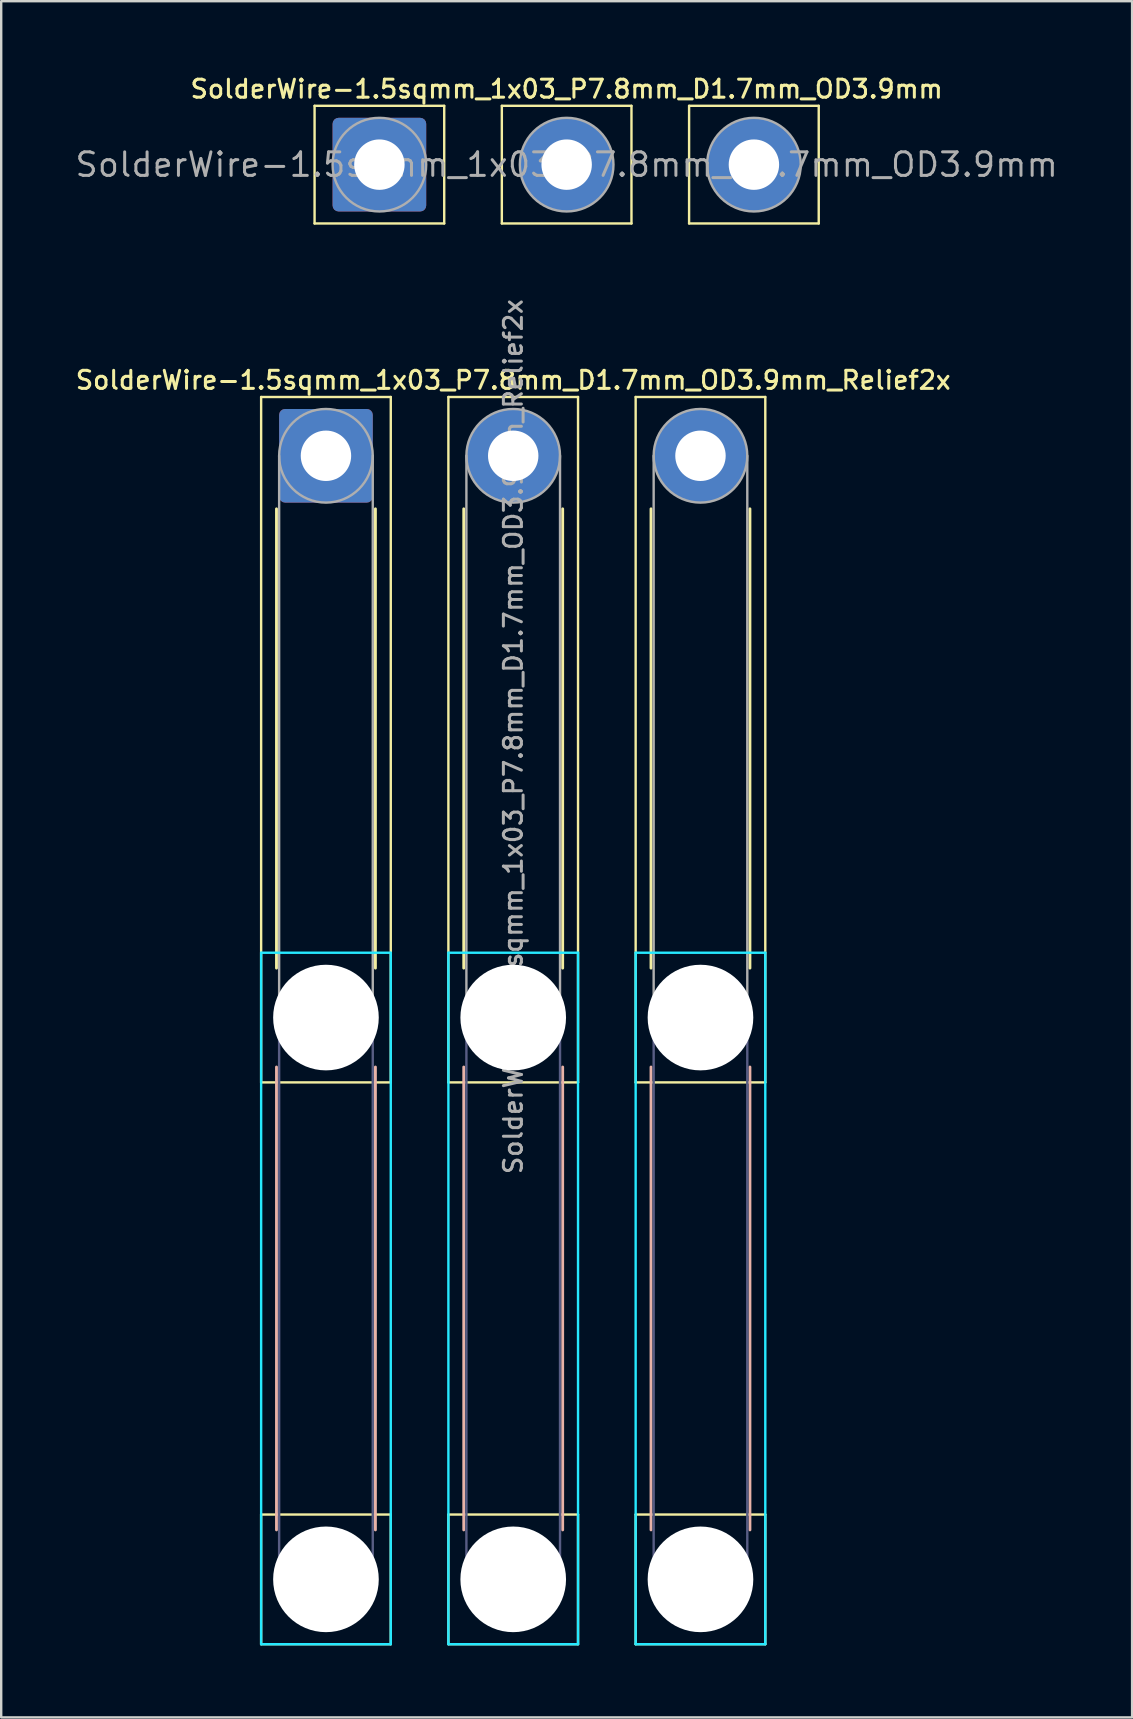
<source format=kicad_pcb>
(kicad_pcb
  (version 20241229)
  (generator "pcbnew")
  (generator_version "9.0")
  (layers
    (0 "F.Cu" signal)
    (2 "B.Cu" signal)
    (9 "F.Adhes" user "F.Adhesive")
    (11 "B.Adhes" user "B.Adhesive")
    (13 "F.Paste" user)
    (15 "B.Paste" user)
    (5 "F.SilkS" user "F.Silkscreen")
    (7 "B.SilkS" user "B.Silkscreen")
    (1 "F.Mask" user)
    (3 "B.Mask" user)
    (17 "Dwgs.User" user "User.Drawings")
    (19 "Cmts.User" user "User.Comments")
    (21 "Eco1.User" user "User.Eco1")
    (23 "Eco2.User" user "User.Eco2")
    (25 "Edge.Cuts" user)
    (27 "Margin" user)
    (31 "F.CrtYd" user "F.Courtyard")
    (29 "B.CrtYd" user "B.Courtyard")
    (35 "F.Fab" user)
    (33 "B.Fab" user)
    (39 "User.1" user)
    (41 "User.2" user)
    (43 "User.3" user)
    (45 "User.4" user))
  (footprint "SolderWire-1.5sqmm_1x03_P7.8mm_D1.7mm_OD3.9mm_Relief2x"
    (layer "F.Cu")
    (at 10.527 15.935)
    (property "Reference" "SolderWire-1.5sqmm_1x03_P7.8mm_D1.7mm_OD3.9mm_Relief2x" (at 7.8 -3.15 0) (layer "F.SilkS") (effects (font (size 0.75 0.75) (thickness 0.125))))
    (attr exclude_from_pos_files exclude_from_bom)
    (fp_line (start -2.7 -2.45) (end -2.7 26.1) (stroke (width 0.1) (type solid)) (layer "F.SilkS"))
    (fp_line (start -2.7 26.1) (end 2.7 26.1) (stroke (width 0.1) (type solid)) (layer "F.SilkS"))
    (fp_line (start -2.7 44.1) (end -2.7 49.5) (stroke (width 0.1) (type solid)) (layer "F.SilkS"))
    (fp_line (start -2.7 49.5) (end 2.7 49.5) (stroke (width 0.1) (type solid)) (layer "F.SilkS"))
    (fp_line (start -2.06 2.21) (end -2.06 21.34) (stroke (width 0.12) (type solid)) (layer "F.SilkS"))
    (fp_line (start 2.06 2.21) (end 2.06 21.34) (stroke (width 0.12) (type solid)) (layer "F.SilkS"))
    (fp_line (start 2.7 -2.45) (end -2.7 -2.45) (stroke (width 0.1) (type solid)) (layer "F.SilkS"))
    (fp_line (start 2.7 26.1) (end 2.7 -2.45) (stroke (width 0.1) (type solid)) (layer "F.SilkS"))
    (fp_line (start 2.7 44.1) (end -2.7 44.1) (stroke (width 0.1) (type solid)) (layer "F.SilkS"))
    (fp_line (start 2.7 49.5) (end 2.7 44.1) (stroke (width 0.1) (type solid)) (layer "F.SilkS"))
    (fp_line (start 5.1 -2.45) (end 5.1 26.1) (stroke (width 0.1) (type solid)) (layer "F.SilkS"))
    (fp_line (start 5.1 26.1) (end 10.5 26.1) (stroke (width 0.1) (type solid)) (layer "F.SilkS"))
    (fp_line (start 5.1 44.1) (end 5.1 49.5) (stroke (width 0.1) (type solid)) (layer "F.SilkS"))
    (fp_line (start 5.1 49.5) (end 10.5 49.5) (stroke (width 0.1) (type solid)) (layer "F.SilkS"))
    (fp_line (start 5.74 2.21) (end 5.74 21.34) (stroke (width 0.12) (type solid)) (layer "F.SilkS"))
    (fp_line (start 9.86 2.21) (end 9.86 21.34) (stroke (width 0.12) (type solid)) (layer "F.SilkS"))
    (fp_line (start 10.5 -2.45) (end 5.1 -2.45) (stroke (width 0.1) (type solid)) (layer "F.SilkS"))
    (fp_line (start 10.5 26.1) (end 10.5 -2.45) (stroke (width 0.1) (type solid)) (layer "F.SilkS"))
    (fp_line (start 10.5 44.1) (end 5.1 44.1) (stroke (width 0.1) (type solid)) (layer "F.SilkS"))
    (fp_line (start 10.5 49.5) (end 10.5 44.1) (stroke (width 0.1) (type solid)) (layer "F.SilkS"))
    (fp_line (start 12.9 -2.45) (end 12.9 26.1) (stroke (width 0.1) (type solid)) (layer "F.SilkS"))
    (fp_line (start 12.9 26.1) (end 18.3 26.1) (stroke (width 0.1) (type solid)) (layer "F.SilkS"))
    (fp_line (start 12.9 44.1) (end 12.9 49.5) (stroke (width 0.1) (type solid)) (layer "F.SilkS"))
    (fp_line (start 12.9 49.5) (end 18.3 49.5) (stroke (width 0.1) (type solid)) (layer "F.SilkS"))
    (fp_line (start 13.54 2.21) (end 13.54 21.34) (stroke (width 0.12) (type solid)) (layer "F.SilkS"))
    (fp_line (start 17.66 2.21) (end 17.66 21.34) (stroke (width 0.12) (type solid)) (layer "F.SilkS"))
    (fp_line (start 18.3 -2.45) (end 12.9 -2.45) (stroke (width 0.1) (type solid)) (layer "F.SilkS"))
    (fp_line (start 18.3 26.1) (end 18.3 -2.45) (stroke (width 0.1) (type solid)) (layer "F.SilkS"))
    (fp_line (start 18.3 44.1) (end 12.9 44.1) (stroke (width 0.1) (type solid)) (layer "F.SilkS"))
    (fp_line (start 18.3 49.5) (end 18.3 44.1) (stroke (width 0.1) (type solid)) (layer "F.SilkS"))
    (fp_line (start -2.06 25.46) (end -2.06 44.74) (stroke (width 0.12) (type solid)) (layer "B.SilkS"))
    (fp_line (start 2.06 25.46) (end 2.06 44.74) (stroke (width 0.12) (type solid)) (layer "B.SilkS"))
    (fp_line (start 5.74 25.46) (end 5.74 44.74) (stroke (width 0.12) (type solid)) (layer "B.SilkS"))
    (fp_line (start 9.86 25.46) (end 9.86 44.74) (stroke (width 0.12) (type solid)) (layer "B.SilkS"))
    (fp_line (start 13.54 25.46) (end 13.54 44.74) (stroke (width 0.12) (type solid)) (layer "B.SilkS"))
    (fp_line (start 17.66 25.46) (end 17.66 44.74) (stroke (width 0.12) (type solid)) (layer "B.SilkS"))
    (fp_line (start -2.7 20.7) (end -2.7 49.5) (stroke (width 0.1) (type solid)) (layer "B.CrtYd"))
    (fp_line (start -2.7 49.5) (end 2.7 49.5) (stroke (width 0.1) (type solid)) (layer "B.CrtYd"))
    (fp_line (start 2.7 20.7) (end -2.7 20.7) (stroke (width 0.1) (type solid)) (layer "B.CrtYd"))
    (fp_line (start 2.7 49.5) (end 2.7 20.7) (stroke (width 0.1) (type solid)) (layer "B.CrtYd"))
    (fp_line (start 5.1 20.7) (end 5.1 49.5) (stroke (width 0.1) (type solid)) (layer "B.CrtYd"))
    (fp_line (start 5.1 49.5) (end 10.5 49.5) (stroke (width 0.1) (type solid)) (layer "B.CrtYd"))
    (fp_line (start 10.5 20.7) (end 5.1 20.7) (stroke (width 0.1) (type solid)) (layer "B.CrtYd"))
    (fp_line (start 10.5 49.5) (end 10.5 20.7) (stroke (width 0.1) (type solid)) (layer "B.CrtYd"))
    (fp_line (start 12.9 20.7) (end 12.9 49.5) (stroke (width 0.1) (type solid)) (layer "B.CrtYd"))
    (fp_line (start 12.9 49.5) (end 18.3 49.5) (stroke (width 0.1) (type solid)) (layer "B.CrtYd"))
    (fp_line (start 18.3 20.7) (end 12.9 20.7) (stroke (width 0.1) (type solid)) (layer "B.CrtYd"))
    (fp_line (start 18.3 49.5) (end 18.3 20.7) (stroke (width 0.1) (type solid)) (layer "B.CrtYd"))
    (fp_line (start -1.95 23.4) (end -1.95 46.8) (stroke (width 0.1) (type solid)) (layer "B.Fab"))
    (fp_line (start 1.95 23.4) (end 1.95 46.8) (stroke (width 0.1) (type solid)) (layer "B.Fab"))
    (fp_line (start 5.85 23.4) (end 5.85 46.8) (stroke (width 0.1) (type solid)) (layer "B.Fab"))
    (fp_line (start 9.75 23.4) (end 9.75 46.8) (stroke (width 0.1) (type solid)) (layer "B.Fab"))
    (fp_line (start 13.65 23.4) (end 13.65 46.8) (stroke (width 0.1) (type solid)) (layer "B.Fab"))
    (fp_line (start 17.55 23.4) (end 17.55 46.8) (stroke (width 0.1) (type solid)) (layer "B.Fab"))
    (fp_circle (center 0 23.4) (end 1.95 23.4) (stroke (width 0.1) (type solid)) (fill no) (layer "B.Fab"))
    (fp_circle (center 0 46.8) (end 1.95 46.8) (stroke (width 0.1) (type solid)) (fill no) (layer "B.Fab"))
    (fp_circle (center 7.8 23.4) (end 9.75 23.4) (stroke (width 0.1) (type solid)) (fill no) (layer "B.Fab"))
    (fp_circle (center 7.8 46.8) (end 9.75 46.8) (stroke (width 0.1) (type solid)) (fill no) (layer "B.Fab"))
    (fp_circle (center 15.6 23.4) (end 17.55 23.4) (stroke (width 0.1) (type solid)) (fill no) (layer "B.Fab"))
    (fp_circle (center 15.6 46.8) (end 17.55 46.8) (stroke (width 0.1) (type solid)) (fill no) (layer "B.Fab"))
    (fp_line (start -1.95 0) (end -1.95 23.4) (stroke (width 0.1) (type solid)) (layer "F.Fab"))
    (fp_line (start 1.95 0) (end 1.95 23.4) (stroke (width 0.1) (type solid)) (layer "F.Fab"))
    (fp_line (start 5.85 0) (end 5.85 23.4) (stroke (width 0.1) (type solid)) (layer "F.Fab"))
    (fp_line (start 9.75 0) (end 9.75 23.4) (stroke (width 0.1) (type solid)) (layer "F.Fab"))
    (fp_line (start 13.65 0) (end 13.65 23.4) (stroke (width 0.1) (type solid)) (layer "F.Fab"))
    (fp_line (start 17.55 0) (end 17.55 23.4) (stroke (width 0.1) (type solid)) (layer "F.Fab"))
    (fp_circle (center 0 0) (end 1.95 0) (stroke (width 0.1) (type solid)) (fill no) (layer "F.Fab"))
    (fp_circle (center 0 23.4) (end 1.95 23.4) (stroke (width 0.1) (type solid)) (fill no) (layer "F.Fab"))
    (fp_circle (center 0 46.8) (end 1.95 46.8) (stroke (width 0.1) (type solid)) (fill no) (layer "F.Fab"))
    (fp_circle (center 7.8 0) (end 9.75 0) (stroke (width 0.1) (type solid)) (fill no) (layer "F.Fab"))
    (fp_circle (center 7.8 23.4) (end 9.75 23.4) (stroke (width 0.1) (type solid)) (fill no) (layer "F.Fab"))
    (fp_circle (center 7.8 46.8) (end 9.75 46.8) (stroke (width 0.1) (type solid)) (fill no) (layer "F.Fab"))
    (fp_circle (center 15.6 0) (end 17.55 0) (stroke (width 0.1) (type solid)) (fill no) (layer "F.Fab"))
    (fp_circle (center 15.6 23.4) (end 17.55 23.4) (stroke (width 0.1) (type solid)) (fill no) (layer "F.Fab"))
    (fp_circle (center 15.6 46.8) (end 17.55 46.8) (stroke (width 0.1) (type solid)) (fill no) (layer "F.Fab"))
    (fp_text user "${REFERENCE}" (at 7.8 11.7 90) (layer "F.Fab") (effects (font (size 0.75 0.75) (thickness 0.125))))
    (pad "" np_thru_hole circle (at 0 23.4) (size 4.4 4.4) (drill 4.4) (layers "*.Cu" "*.Mask"))
    (pad "" np_thru_hole circle (at 0 46.8) (size 4.4 4.4) (drill 4.4) (layers "*.Cu" "*.Mask"))
    (pad "" np_thru_hole circle (at 7.8 23.4) (size 4.4 4.4) (drill 4.4) (layers "*.Cu" "*.Mask"))
    (pad "" np_thru_hole circle (at 7.8 46.8) (size 4.4 4.4) (drill 4.4) (layers "*.Cu" "*.Mask"))
    (pad "" np_thru_hole circle (at 15.6 23.4) (size 4.4 4.4) (drill 4.4) (layers "*.Cu" "*.Mask"))
    (pad "" np_thru_hole circle (at 15.6 46.8) (size 4.4 4.4) (drill 4.4) (layers "*.Cu" "*.Mask"))
    (pad "1" thru_hole roundrect (at 0 0) (size 3.9 3.9) (drill 2.1) (layers "*.Cu" "*.Mask") (roundrect_rratio 0.064))
    (pad "2" thru_hole circle (at 7.8 0) (size 3.9 3.9) (drill 2.1) (layers "*.Cu" "*.Mask"))
    (pad "3" thru_hole circle (at 15.6 0) (size 3.9 3.9) (drill 2.1) (layers "*.Cu" "*.Mask")))
  (footprint "SolderWire-1.5sqmm_1x03_P7.8mm_D1.7mm_OD3.9mm"
    (layer "F.Cu")
    (at 12.753 3.808)
    (property "Reference" "SolderWire-1.5sqmm_1x03_P7.8mm_D1.7mm_OD3.9mm" (at 7.8 -3.15 0) (layer "F.SilkS") (effects (font (size 0.75 0.75) (thickness 0.125))))
    (attr exclude_from_pos_files exclude_from_bom)
    (fp_line (start -2.7 -2.45) (end -2.7 2.45) (stroke (width 0.1) (type solid)) (layer "F.SilkS"))
    (fp_line (start -2.7 2.45) (end 2.7 2.45) (stroke (width 0.1) (type solid)) (layer "F.SilkS"))
    (fp_line (start 2.7 -2.45) (end -2.7 -2.45) (stroke (width 0.1) (type solid)) (layer "F.SilkS"))
    (fp_line (start 2.7 2.45) (end 2.7 -2.45) (stroke (width 0.1) (type solid)) (layer "F.SilkS"))
    (fp_line (start 5.1 -2.45) (end 5.1 2.45) (stroke (width 0.1) (type solid)) (layer "F.SilkS"))
    (fp_line (start 5.1 2.45) (end 10.5 2.45) (stroke (width 0.1) (type solid)) (layer "F.SilkS"))
    (fp_line (start 10.5 -2.45) (end 5.1 -2.45) (stroke (width 0.1) (type solid)) (layer "F.SilkS"))
    (fp_line (start 10.5 2.45) (end 10.5 -2.45) (stroke (width 0.1) (type solid)) (layer "F.SilkS"))
    (fp_line (start 12.9 -2.45) (end 12.9 2.45) (stroke (width 0.1) (type solid)) (layer "F.SilkS"))
    (fp_line (start 12.9 2.45) (end 18.3 2.45) (stroke (width 0.1) (type solid)) (layer "F.SilkS"))
    (fp_line (start 18.3 -2.45) (end 12.9 -2.45) (stroke (width 0.1) (type solid)) (layer "F.SilkS"))
    (fp_line (start 18.3 2.45) (end 18.3 -2.45) (stroke (width 0.1) (type solid)) (layer "F.SilkS"))
    (fp_circle (center 0 0) (end 1.95 0) (stroke (width 0.1) (type solid)) (fill no) (layer "F.Fab"))
    (fp_circle (center 7.8 0) (end 9.75 0) (stroke (width 0.1) (type solid)) (fill no) (layer "F.Fab"))
    (fp_circle (center 15.6 0) (end 17.55 0) (stroke (width 0.1) (type solid)) (fill no) (layer "F.Fab"))
    (fp_text user "${REFERENCE}" (at 7.8 0 0) (layer "F.Fab") (effects (font (size 0.98 0.98) (thickness 0.125))))
    (pad "1" thru_hole roundrect (at 0 0) (size 3.9 3.9) (drill 2.1) (layers "*.Cu" "*.Mask") (roundrect_rratio 0.064))
    (pad "2" thru_hole circle (at 7.8 0) (size 3.9 3.9) (drill 2.1) (layers "*.Cu" "*.Mask"))
    (pad "3" thru_hole circle (at 15.6 0) (size 3.9 3.9) (drill 2.1) (layers "*.Cu" "*.Mask")))
  (gr_rect
    (start -3 -3)
    (end 44.106 68.485)
    (stroke (width 0.1) (type default))
    (fill no)
    (layer "Edge.Cuts")))
</source>
